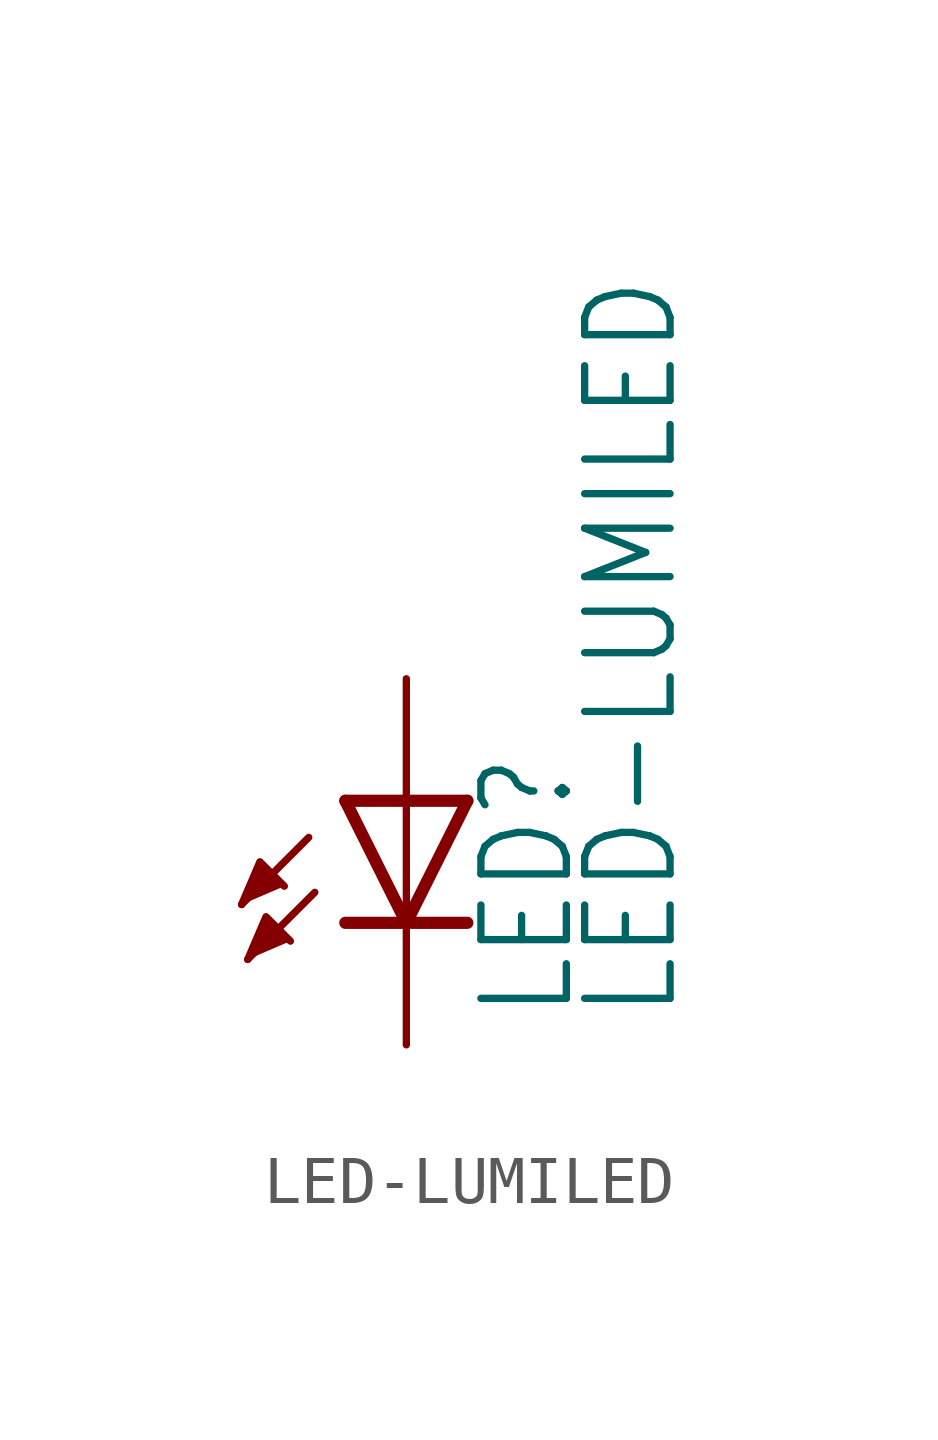
<source format=kicad_sym>
(kicad_symbol_lib
  (version 20220331)
  (generator kicad_symbol_editor)
  (symbol "LED-LUMILED"
    (property "Reference" "LED"
      (at 3.556 -4.572 90)
      (effects (font (size 1.778 1.511)) (justify left bottom)))
    (property "Value" "LED-LUMILED"
      (at 5.715 -4.572 90)
      (effects (font (size 1.778 1.511)) (justify left bottom)))
    (property "ki_locked" ""
      (at 0 0 0)
      (effects (font (size 1.27 1.27))))
    (symbol "LED-LUMILED_1_0"
      (polyline (pts (xy -2.032 -0.762) (xy -3.429 -2.159)) (stroke (width 0.152) (type solid)) (fill (type none)))
      (polyline (pts (xy -1.905 -1.905) (xy -3.302 -3.302)) (stroke (width 0.152) (type solid)) (fill (type none)))
      (polyline (pts (xy 0 -2.54) (xy -1.27 -2.54)) (stroke (width 0.254) (type solid)) (fill (type none)))
      (polyline (pts (xy 0 -2.54) (xy -1.27 0)) (stroke (width 0.254) (type solid)) (fill (type none)))
      (polyline (pts (xy 0 0) (xy -1.27 0)) (stroke (width 0.254) (type solid)) (fill (type none)))
      (polyline (pts (xy 0 0) (xy 0 -2.54)) (stroke (width 0.152) (type solid)) (fill (type none)))
      (polyline (pts (xy 1.27 -2.54) (xy 0 -2.54)) (stroke (width 0.254) (type solid)) (fill (type none)))
      (polyline (pts (xy 1.27 0) (xy 0 -2.54)) (stroke (width 0.254) (type solid)) (fill (type none)))
      (polyline (pts (xy 1.27 0) (xy 0 0)) (stroke (width 0.254) (type solid)) (fill (type none)))
      (polyline (pts (xy -3.429 -2.159) (xy -3.048 -1.27) (xy -2.54 -1.778)) (stroke (width 0) (type default)) (fill (type outline)))
      (polyline (pts (xy -3.302 -3.302) (xy -2.921 -2.413) (xy -2.413 -2.921)) (stroke (width 0) (type default)) (fill (type outline)))
      (pin passive line (at 0 2.54 270) (length 2.54) (name "A" (effects (font (size 0 0)))) (number "2+" (effects (font (size 0 0)))))
      (pin passive line (at 0 -5.08 90) (length 2.54) (name "C" (effects (font (size 0 0)))) (number "4-" (effects (font (size 0 0))))))))
</source>
